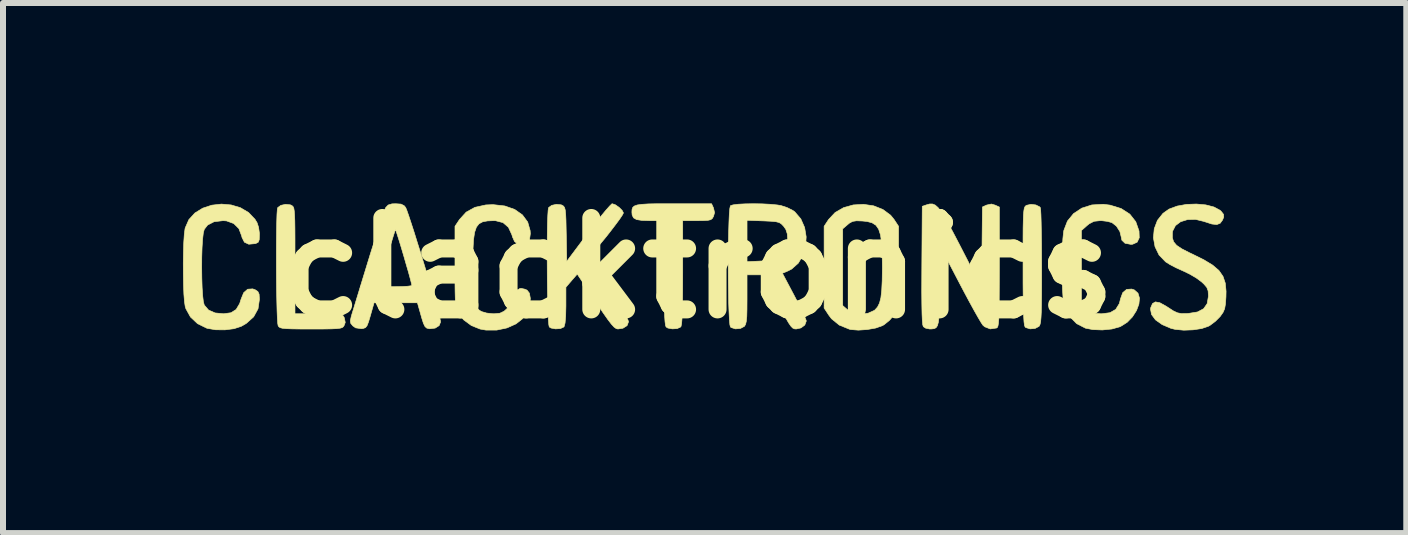
<source format=kicad_pcb>
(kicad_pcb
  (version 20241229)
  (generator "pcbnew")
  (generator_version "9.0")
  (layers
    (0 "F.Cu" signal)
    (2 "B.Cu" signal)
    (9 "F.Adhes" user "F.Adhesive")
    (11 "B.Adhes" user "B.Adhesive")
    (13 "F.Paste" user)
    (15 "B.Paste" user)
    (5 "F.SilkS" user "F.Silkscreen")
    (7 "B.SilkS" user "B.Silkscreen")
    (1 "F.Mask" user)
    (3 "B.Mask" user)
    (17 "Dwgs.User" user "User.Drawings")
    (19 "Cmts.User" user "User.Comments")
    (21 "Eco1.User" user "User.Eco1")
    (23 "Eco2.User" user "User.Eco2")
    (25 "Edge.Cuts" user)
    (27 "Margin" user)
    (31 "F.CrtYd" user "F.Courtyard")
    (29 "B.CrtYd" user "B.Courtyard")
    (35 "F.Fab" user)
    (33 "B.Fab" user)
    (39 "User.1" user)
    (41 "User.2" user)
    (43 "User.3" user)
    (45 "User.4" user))
  (footprint "clacktronics"
    (layer "F.Cu")
    (at 8.584 1.418)
    (property "Reference" "clacktronics" (at 0 0 0) (layer "F.SilkS") (effects (font (size 1.524 1.524) (thickness 0.3))))
    (attr through_hole)
    (fp_poly (pts (xy 5.632 -1.052) (xy 5.696 -1.02) (xy 5.707 -1.007) (xy 5.712 -0.972) (xy 5.717 -0.887) (xy 5.721 -0.759) (xy 5.724 -0.595) (xy 5.727 -0.403) (xy 5.728 -0.187) (xy 5.729 -0.023) (xy 5.729 0.238) (xy 5.728 0.448) (xy 5.726 0.613) (xy 5.723 0.738) (xy 5.718 0.83) (xy 5.712 0.895) (xy 5.703 0.937) (xy 5.692 0.962) (xy 5.685 0.972) (xy 5.619 1.007) (xy 5.536 1.014) (xy 5.465 0.992) (xy 5.453 0.982) (xy 5.443 0.956) (xy 5.435 0.897) (xy 5.429 0.801) (xy 5.424 0.663) (xy 5.421 0.481) (xy 5.419 0.251) (xy 5.419 -0.033) (xy 5.419 -0.033) (xy 5.419 -0.294) (xy 5.419 -0.504) (xy 5.42 -0.67) (xy 5.423 -0.795) (xy 5.426 -0.888) (xy 5.432 -0.952) (xy 5.439 -0.994) (xy 5.449 -1.02) (xy 5.461 -1.035) (xy 5.477 -1.045) (xy 5.478 -1.046) (xy 5.551 -1.062) (xy 5.632 -1.052)) (stroke (width 0.01) (type solid)) (fill yes) (layer "F.SilkS"))
    (fp_poly (pts (xy 0.259 -1.002) (xy 0.277 -0.923) (xy 0.259 -0.861) (xy 0.24 -0.827) (xy 0.213 -0.806) (xy 0.165 -0.795) (xy 0.084 -0.791) (xy -0.014 -0.79) (xy -0.254 -0.79) (xy -0.254 0.079) (xy -0.255 0.346) (xy -0.257 0.56) (xy -0.26 0.726) (xy -0.266 0.847) (xy -0.273 0.928) (xy -0.282 0.972) (xy -0.288 0.982) (xy -0.346 1.009) (xy -0.427 1.014) (xy -0.502 1) (xy -0.531 0.982) (xy -0.541 0.955) (xy -0.549 0.893) (xy -0.556 0.793) (xy -0.56 0.65) (xy -0.563 0.461) (xy -0.564 0.222) (xy -0.564 0.079) (xy -0.564 -0.79) (xy -0.799 -0.79) (xy -0.934 -0.794) (xy -1.023 -0.808) (xy -1.074 -0.837) (xy -1.097 -0.884) (xy -1.101 -0.931) (xy -1.099 -0.975) (xy -1.088 -1.009) (xy -1.062 -1.033) (xy -1.014 -1.051) (xy -0.938 -1.062) (xy -0.828 -1.069) (xy -0.676 -1.072) (xy -0.476 -1.072) (xy -0.403 -1.072) (xy 0.227 -1.072) (xy 0.259 -1.002)) (stroke (width 0.01) (type solid)) (fill yes) (layer "F.SilkS"))
    (fp_poly (pts (xy -6.796 -1.054) (xy -6.776 -1.046) (xy -6.76 -1.035) (xy -6.746 -1.02) (xy -6.736 -0.994) (xy -6.729 -0.95) (xy -6.724 -0.884) (xy -6.72 -0.788) (xy -6.718 -0.657) (xy -6.717 -0.485) (xy -6.717 -0.266) (xy -6.717 -0.126) (xy -6.717 0.762) (xy -6.321 0.762) (xy -6.165 0.762) (xy -6.055 0.764) (xy -5.983 0.769) (xy -5.94 0.779) (xy -5.915 0.795) (xy -5.9 0.818) (xy -5.895 0.829) (xy -5.879 0.906) (xy -5.897 0.956) (xy -5.91 0.977) (xy -5.931 0.993) (xy -5.966 1.003) (xy -6.024 1.01) (xy -6.113 1.014) (xy -6.241 1.016) (xy -6.417 1.016) (xy -6.449 1.016) (xy -6.633 1.016) (xy -6.768 1.014) (xy -6.863 1.01) (xy -6.926 1.004) (xy -6.964 0.994) (xy -6.986 0.979) (xy -6.998 0.961) (xy -7.005 0.921) (xy -7.011 0.833) (xy -7.016 0.704) (xy -7.02 0.545) (xy -7.024 0.361) (xy -7.026 0.162) (xy -7.027 -0.044) (xy -7.027 -0.249) (xy -7.026 -0.446) (xy -7.024 -0.625) (xy -7.021 -0.779) (xy -7.017 -0.899) (xy -7.011 -0.978) (xy -7.005 -1.007) (xy -6.953 -1.045) (xy -6.874 -1.062) (xy -6.796 -1.054)) (stroke (width 0.01) (type solid)) (fill yes) (layer "F.SilkS"))
    (fp_poly (pts (xy 2.929 -1.037) (xy 3.083 -0.976) (xy 3.211 -0.881) (xy 3.269 -0.81) (xy 3.344 -0.696) (xy 3.344 0.667) (xy 3.267 0.785) (xy 3.193 0.871) (xy 3.103 0.944) (xy 3.075 0.96) (xy 2.963 1) (xy 2.821 1.025) (xy 2.674 1.035) (xy 2.548 1.025) (xy 2.526 1.02) (xy 2.356 0.951) (xy 2.226 0.845) (xy 2.18 0.784) (xy 2.103 0.667) (xy 2.103 -0.654) (xy 2.413 -0.654) (xy 2.413 0.626) (xy 2.492 0.694) (xy 2.591 0.746) (xy 2.713 0.766) (xy 2.836 0.753) (xy 2.938 0.707) (xy 2.95 0.698) (xy 2.993 0.65) (xy 3.026 0.585) (xy 3.049 0.496) (xy 3.063 0.375) (xy 3.071 0.213) (xy 3.074 0.004) (xy 3.074 -0.014) (xy 3.071 -0.241) (xy 3.062 -0.418) (xy 3.043 -0.552) (xy 3.012 -0.648) (xy 2.967 -0.713) (xy 2.903 -0.754) (xy 2.82 -0.776) (xy 2.744 -0.784) (xy 2.644 -0.788) (xy 2.579 -0.778) (xy 2.526 -0.75) (xy 2.496 -0.725) (xy 2.413 -0.654) (xy 2.103 -0.654) (xy 2.103 -0.696) (xy 2.178 -0.81) (xy 2.287 -0.926) (xy 2.428 -1.007) (xy 2.589 -1.052) (xy 2.76 -1.062) (xy 2.929 -1.037)) (stroke (width 0.01) (type solid)) (fill yes) (layer "F.SilkS"))
    (fp_poly (pts (xy 3.954 -1.05) (xy 4.002 -1.008) (xy 4.056 -0.939) (xy 4.12 -0.836) (xy 4.199 -0.696) (xy 4.295 -0.514) (xy 4.386 -0.339) (xy 4.727 0.325) (xy 4.735 -0.347) (xy 4.742 -1.018) (xy 4.812 -1.05) (xy 4.892 -1.067) (xy 4.953 -1.049) (xy 5.024 -1.017) (xy 5.024 -0.018) (xy 5.023 0.249) (xy 5.022 0.464) (xy 5.021 0.634) (xy 5.018 0.763) (xy 5.014 0.858) (xy 5.008 0.924) (xy 5.001 0.965) (xy 4.991 0.989) (xy 4.979 0.999) (xy 4.979 0.999) (xy 4.872 1.015) (xy 4.78 0.979) (xy 4.75 0.953) (xy 4.721 0.91) (xy 4.671 0.826) (xy 4.603 0.706) (xy 4.523 0.56) (xy 4.434 0.394) (xy 4.371 0.274) (xy 4.05 -0.34) (xy 4.036 0.311) (xy 4.031 0.528) (xy 4.026 0.695) (xy 4.018 0.819) (xy 4.007 0.905) (xy 3.991 0.962) (xy 3.968 0.995) (xy 3.937 1.01) (xy 3.896 1.015) (xy 3.863 1.016) (xy 3.795 1.002) (xy 3.757 0.977) (xy 3.747 0.946) (xy 3.74 0.876) (xy 3.735 0.762) (xy 3.732 0.604) (xy 3.73 0.397) (xy 3.731 0.138) (xy 3.732 -0.045) (xy 3.739 -1.029) (xy 3.812 -1.054) (xy 3.863 -1.068) (xy 3.909 -1.068) (xy 3.954 -1.05)) (stroke (width 0.01) (type solid)) (fill yes) (layer "F.SilkS"))
    (fp_poly (pts (xy 6.869 -1.049) (xy 7.054 -0.992) (xy 7.198 -0.899) (xy 7.298 -0.772) (xy 7.352 -0.617) (xy 7.356 -0.505) (xy 7.321 -0.431) (xy 7.246 -0.397) (xy 7.215 -0.395) (xy 7.119 -0.413) (xy 7.066 -0.464) (xy 7.056 -0.515) (xy 7.033 -0.609) (xy 6.975 -0.699) (xy 6.901 -0.757) (xy 6.825 -0.778) (xy 6.728 -0.79) (xy 6.702 -0.79) (xy 6.601 -0.779) (xy 6.52 -0.737) (xy 6.485 -0.708) (xy 6.392 -0.626) (xy 6.392 0.597) (xy 6.485 0.68) (xy 6.55 0.73) (xy 6.617 0.754) (xy 6.71 0.762) (xy 6.733 0.762) (xy 6.869 0.744) (xy 6.964 0.689) (xy 7.024 0.592) (xy 7.045 0.508) (xy 7.081 0.41) (xy 7.145 0.356) (xy 7.23 0.35) (xy 7.273 0.364) (xy 7.335 0.419) (xy 7.36 0.502) (xy 7.35 0.601) (xy 7.31 0.708) (xy 7.243 0.813) (xy 7.155 0.904) (xy 7.047 0.972) (xy 7.032 0.979) (xy 6.9 1.016) (xy 6.741 1.032) (xy 6.582 1.026) (xy 6.459 1.002) (xy 6.313 0.927) (xy 6.196 0.809) (xy 6.118 0.661) (xy 6.099 0.595) (xy 6.086 0.5) (xy 6.077 0.363) (xy 6.071 0.197) (xy 6.069 0.015) (xy 6.07 -0.17) (xy 6.075 -0.343) (xy 6.083 -0.491) (xy 6.095 -0.602) (xy 6.099 -0.627) (xy 6.159 -0.783) (xy 6.261 -0.908) (xy 6.399 -0.999) (xy 6.566 -1.052) (xy 6.756 -1.063) (xy 6.869 -1.049)) (stroke (width 0.01) (type solid)) (fill yes) (layer "F.SilkS"))
    (fp_poly (pts (xy -7.781 -1.052) (xy -7.627 -1.006) (xy -7.491 -0.926) (xy -7.383 -0.812) (xy -7.349 -0.756) (xy -7.324 -0.68) (xy -7.31 -0.581) (xy -7.31 -0.552) (xy -7.313 -0.472) (xy -7.33 -0.43) (xy -7.369 -0.41) (xy -7.38 -0.407) (xy -7.487 -0.397) (xy -7.56 -0.431) (xy -7.6 -0.51) (xy -7.606 -0.536) (xy -7.652 -0.657) (xy -7.738 -0.742) (xy -7.858 -0.786) (xy -7.917 -0.79) (xy -8.066 -0.772) (xy -8.173 -0.717) (xy -8.229 -0.645) (xy -8.245 -0.585) (xy -8.257 -0.48) (xy -8.266 -0.341) (xy -8.271 -0.18) (xy -8.272 -0.008) (xy -8.27 0.164) (xy -8.265 0.323) (xy -8.256 0.46) (xy -8.244 0.562) (xy -8.229 0.617) (xy -8.158 0.7) (xy -8.049 0.748) (xy -7.906 0.762) (xy -7.784 0.745) (xy -7.698 0.691) (xy -7.639 0.592) (xy -7.616 0.519) (xy -7.572 0.411) (xy -7.506 0.353) (xy -7.422 0.347) (xy -7.38 0.362) (xy -7.336 0.391) (xy -7.315 0.436) (xy -7.31 0.518) (xy -7.31 0.523) (xy -7.333 0.68) (xy -7.406 0.813) (xy -7.529 0.923) (xy -7.614 0.972) (xy -7.734 1.011) (xy -7.883 1.03) (xy -8.039 1.029) (xy -8.179 1.005) (xy -8.191 1.001) (xy -8.341 0.927) (xy -8.459 0.816) (xy -8.535 0.679) (xy -8.547 0.64) (xy -8.559 0.559) (xy -8.569 0.434) (xy -8.575 0.277) (xy -8.578 0.1) (xy -8.579 -0.085) (xy -8.576 -0.264) (xy -8.571 -0.427) (xy -8.562 -0.561) (xy -8.55 -0.654) (xy -8.547 -0.668) (xy -8.486 -0.807) (xy -8.385 -0.918) (xy -8.255 -0.998) (xy -8.104 -1.048) (xy -7.943 -1.066) (xy -7.781 -1.052)) (stroke (width 0.01) (type solid)) (fill yes) (layer "F.SilkS"))
    (fp_poly (pts (xy -4.95 -1.066) (xy -4.898 -1.04) (xy -4.872 -1.009) (xy -4.854 -0.966) (xy -4.823 -0.878) (xy -4.781 -0.751) (xy -4.73 -0.594) (xy -4.674 -0.414) (xy -4.613 -0.221) (xy -4.552 -0.02) (xy -4.492 0.179) (xy -4.435 0.368) (xy -4.385 0.541) (xy -4.343 0.688) (xy -4.311 0.803) (xy -4.293 0.877) (xy -4.29 0.899) (xy -4.315 0.96) (xy -4.38 1.001) (xy -4.469 1.012) (xy -4.481 1.011) (xy -4.521 1.001) (xy -4.55 0.975) (xy -4.576 0.921) (xy -4.606 0.827) (xy -4.616 0.79) (xy -4.676 0.579) (xy -5.399 0.579) (xy -5.459 0.79) (xy -5.491 0.897) (xy -5.516 0.961) (xy -5.542 0.993) (xy -5.579 1.007) (xy -5.608 1.011) (xy -5.706 0.997) (xy -5.754 0.963) (xy -5.787 0.923) (xy -5.795 0.881) (xy -5.781 0.815) (xy -5.773 0.785) (xy -5.654 0.396) (xy -5.628 0.31) (xy -5.328 0.31) (xy -5.049 0.31) (xy -4.931 0.308) (xy -4.837 0.303) (xy -4.781 0.295) (xy -4.769 0.289) (xy -4.776 0.254) (xy -4.796 0.177) (xy -4.825 0.07) (xy -4.862 -0.056) (xy -4.901 -0.192) (xy -4.941 -0.327) (xy -4.978 -0.449) (xy -5.01 -0.549) (xy -5.032 -0.616) (xy -5.042 -0.64) (xy -5.042 -0.64) (xy -5.053 -0.611) (xy -5.077 -0.537) (xy -5.111 -0.426) (xy -5.152 -0.288) (xy -5.19 -0.16) (xy -5.328 0.31) (xy -5.628 0.31) (xy -5.551 0.059) (xy -5.463 -0.228) (xy -5.388 -0.466) (xy -5.327 -0.659) (xy -5.278 -0.808) (xy -5.242 -0.915) (xy -5.216 -0.982) (xy -5.204 -1.009) (xy -5.163 -1.051) (xy -5.1 -1.07) (xy -5.038 -1.072) (xy -4.95 -1.066)) (stroke (width 0.01) (type solid)) (fill yes) (layer "F.SilkS"))
    (fp_poly (pts (xy -3.22 -1.035) (xy -3.055 -0.977) (xy -2.926 -0.886) (xy -2.838 -0.767) (xy -2.797 -0.623) (xy -2.794 -0.571) (xy -2.808 -0.47) (xy -2.852 -0.414) (xy -2.93 -0.396) (xy -2.934 -0.396) (xy -3.009 -0.405) (xy -3.057 -0.442) (xy -3.091 -0.518) (xy -3.102 -0.556) (xy -3.159 -0.679) (xy -3.249 -0.757) (xy -3.373 -0.789) (xy -3.403 -0.79) (xy -3.507 -0.786) (xy -3.588 -0.771) (xy -3.649 -0.738) (xy -3.693 -0.682) (xy -3.723 -0.595) (xy -3.741 -0.472) (xy -3.75 -0.307) (xy -3.753 -0.094) (xy -3.754 -0.014) (xy -3.752 0.201) (xy -3.748 0.366) (xy -3.739 0.49) (xy -3.723 0.58) (xy -3.7 0.643) (xy -3.668 0.685) (xy -3.624 0.716) (xy -3.599 0.728) (xy -3.524 0.75) (xy -3.427 0.761) (xy -3.397 0.762) (xy -3.302 0.753) (xy -3.232 0.72) (xy -3.187 0.68) (xy -3.129 0.602) (xy -3.105 0.528) (xy -3.104 0.524) (xy -3.084 0.449) (xy -3.033 0.382) (xy -2.97 0.342) (xy -2.947 0.339) (xy -2.887 0.352) (xy -2.849 0.368) (xy -2.81 0.418) (xy -2.794 0.504) (xy -2.802 0.609) (xy -2.832 0.715) (xy -2.911 0.834) (xy -3.032 0.93) (xy -3.183 0.998) (xy -3.354 1.034) (xy -3.534 1.034) (xy -3.631 1.017) (xy -3.776 0.959) (xy -3.906 0.863) (xy -3.985 0.768) (xy -4.005 0.733) (xy -4.021 0.697) (xy -4.032 0.654) (xy -4.04 0.593) (xy -4.045 0.51) (xy -4.048 0.394) (xy -4.05 0.24) (xy -4.05 0.038) (xy -4.05 -0.016) (xy -4.05 -0.696) (xy -3.974 -0.81) (xy -3.863 -0.932) (xy -3.718 -1.012) (xy -3.536 -1.052) (xy -3.415 -1.057) (xy -3.22 -1.035)) (stroke (width 0.01) (type solid)) (fill yes) (layer "F.SilkS"))
    (fp_poly (pts (xy -1.376 -1.054) (xy -1.314 -1.011) (xy -1.263 -0.96) (xy -1.242 -0.919) (xy -1.259 -0.885) (xy -1.305 -0.816) (xy -1.376 -0.72) (xy -1.464 -0.605) (xy -1.525 -0.527) (xy -1.618 -0.414) (xy -1.69 -0.326) (xy -1.739 -0.255) (xy -1.765 -0.193) (xy -1.767 -0.131) (xy -1.744 -0.06) (xy -1.696 0.028) (xy -1.622 0.142) (xy -1.521 0.291) (xy -1.441 0.409) (xy -1.349 0.549) (xy -1.27 0.677) (xy -1.208 0.783) (xy -1.169 0.859) (xy -1.157 0.895) (xy -1.182 0.96) (xy -1.25 1.003) (xy -1.334 1.016) (xy -1.363 1.009) (xy -1.398 0.984) (xy -1.443 0.935) (xy -1.503 0.857) (xy -1.583 0.743) (xy -1.687 0.588) (xy -1.707 0.558) (xy -2.012 0.101) (xy -2.107 0.21) (xy -2.201 0.32) (xy -2.201 0.634) (xy -2.205 0.801) (xy -2.215 0.916) (xy -2.231 0.976) (xy -2.235 0.982) (xy -2.293 1.009) (xy -2.375 1.014) (xy -2.449 1) (xy -2.478 0.982) (xy -2.486 0.947) (xy -2.493 0.864) (xy -2.499 0.74) (xy -2.504 0.583) (xy -2.508 0.402) (xy -2.511 0.205) (xy -2.512 -0.001) (xy -2.513 -0.207) (xy -2.513 -0.406) (xy -2.511 -0.589) (xy -2.508 -0.748) (xy -2.503 -0.877) (xy -2.497 -0.965) (xy -2.49 -1.006) (xy -2.49 -1.007) (xy -2.438 -1.045) (xy -2.359 -1.062) (xy -2.281 -1.054) (xy -2.261 -1.046) (xy -2.239 -1.031) (xy -2.223 -1.007) (xy -2.212 -0.966) (xy -2.205 -0.898) (xy -2.2 -0.795) (xy -2.197 -0.649) (xy -2.195 -0.563) (xy -2.187 -0.112) (xy -1.827 -0.592) (xy -1.719 -0.735) (xy -1.62 -0.86) (xy -1.536 -0.962) (xy -1.472 -1.034) (xy -1.435 -1.07) (xy -1.429 -1.072) (xy -1.376 -1.054)) (stroke (width 0.01) (type solid)) (fill yes) (layer "F.SilkS"))
    (fp_poly (pts (xy 8.464 -1.053) (xy 8.6 -1.018) (xy 8.701 -0.964) (xy 8.72 -0.947) (xy 8.761 -0.895) (xy 8.764 -0.85) (xy 8.744 -0.8) (xy 8.705 -0.747) (xy 8.649 -0.725) (xy 8.566 -0.734) (xy 8.445 -0.773) (xy 8.438 -0.776) (xy 8.295 -0.811) (xy 8.161 -0.808) (xy 8.045 -0.772) (xy 7.959 -0.707) (xy 7.912 -0.615) (xy 7.908 -0.584) (xy 7.908 -0.503) (xy 7.929 -0.437) (xy 7.978 -0.379) (xy 8.064 -0.321) (xy 8.193 -0.255) (xy 8.236 -0.235) (xy 8.432 -0.138) (xy 8.579 -0.049) (xy 8.684 0.041) (xy 8.752 0.139) (xy 8.79 0.252) (xy 8.803 0.387) (xy 8.801 0.482) (xy 8.793 0.599) (xy 8.779 0.679) (xy 8.753 0.739) (xy 8.71 0.8) (xy 8.705 0.807) (xy 8.627 0.886) (xy 8.537 0.954) (xy 8.511 0.969) (xy 8.398 1.008) (xy 8.253 1.03) (xy 8.098 1.036) (xy 7.954 1.022) (xy 7.884 1.005) (xy 7.737 0.942) (xy 7.627 0.864) (xy 7.561 0.775) (xy 7.543 0.684) (xy 7.547 0.661) (xy 7.577 0.592) (xy 7.626 0.564) (xy 7.699 0.578) (xy 7.802 0.635) (xy 7.832 0.654) (xy 7.924 0.714) (xy 7.992 0.746) (xy 8.058 0.759) (xy 8.143 0.758) (xy 8.178 0.756) (xy 8.327 0.732) (xy 8.429 0.678) (xy 8.488 0.593) (xy 8.509 0.471) (xy 8.509 0.462) (xy 8.504 0.381) (xy 8.482 0.323) (xy 8.432 0.265) (xy 8.393 0.229) (xy 8.305 0.164) (xy 8.189 0.097) (xy 8.082 0.046) (xy 7.971 -0.004) (xy 7.868 -0.058) (xy 7.796 -0.103) (xy 7.686 -0.217) (xy 7.619 -0.355) (xy 7.592 -0.505) (xy 7.606 -0.655) (xy 7.659 -0.795) (xy 7.752 -0.912) (xy 7.853 -0.983) (xy 7.988 -1.033) (xy 8.144 -1.061) (xy 8.308 -1.067) (xy 8.464 -1.053)) (stroke (width 0.01) (type solid)) (fill yes) (layer "F.SilkS"))
    (fp_poly (pts (xy 1.068 -1.07) (xy 1.204 -1.063) (xy 1.32 -1.052) (xy 1.382 -1.042) (xy 1.486 -1.008) (xy 1.582 -0.96) (xy 1.614 -0.937) (xy 1.715 -0.819) (xy 1.778 -0.676) (xy 1.804 -0.52) (xy 1.794 -0.362) (xy 1.75 -0.212) (xy 1.673 -0.082) (xy 1.563 0.016) (xy 1.503 0.047) (xy 1.408 0.087) (xy 1.607 0.463) (xy 1.677 0.598) (xy 1.736 0.717) (xy 1.78 0.811) (xy 1.803 0.871) (xy 1.806 0.883) (xy 1.781 0.95) (xy 1.717 0.998) (xy 1.637 1.016) (xy 1.607 1.013) (xy 1.579 1) (xy 1.549 0.969) (xy 1.511 0.914) (xy 1.462 0.829) (xy 1.396 0.705) (xy 1.323 0.564) (xy 1.09 0.113) (xy 0.818 0.113) (xy 0.818 0.52) (xy 0.817 0.687) (xy 0.814 0.806) (xy 0.806 0.887) (xy 0.794 0.938) (xy 0.777 0.968) (xy 0.774 0.972) (xy 0.708 1.007) (xy 0.625 1.014) (xy 0.555 0.992) (xy 0.542 0.982) (xy 0.532 0.945) (xy 0.524 0.859) (xy 0.518 0.733) (xy 0.512 0.575) (xy 0.509 0.392) (xy 0.506 0.192) (xy 0.505 -0.016) (xy 0.506 -0.106) (xy 0.818 -0.106) (xy 1.076 -0.118) (xy 1.199 -0.125) (xy 1.28 -0.135) (xy 1.334 -0.151) (xy 1.374 -0.178) (xy 1.415 -0.221) (xy 1.465 -0.287) (xy 1.489 -0.356) (xy 1.496 -0.452) (xy 1.496 -0.465) (xy 1.489 -0.57) (xy 1.465 -0.644) (xy 1.428 -0.697) (xy 1.392 -0.734) (xy 1.355 -0.758) (xy 1.301 -0.772) (xy 1.218 -0.78) (xy 1.093 -0.786) (xy 1.089 -0.786) (xy 0.818 -0.796) (xy 0.818 -0.106) (xy 0.506 -0.106) (xy 0.506 -0.224) (xy 0.508 -0.425) (xy 0.512 -0.61) (xy 0.517 -0.772) (xy 0.523 -0.903) (xy 0.531 -0.993) (xy 0.541 -1.037) (xy 0.542 -1.039) (xy 0.585 -1.053) (xy 0.672 -1.064) (xy 0.789 -1.07) (xy 0.926 -1.072) (xy 1.068 -1.07)) (stroke (width 0.01) (type solid)) (fill yes) (layer "F.SilkS")))
  (gr_rect
    (start -3 -3)
    (end 20.391 5.836)
    (stroke (width 0.1) (type default))
    (fill no)
    (layer "Edge.Cuts")))
</source>
